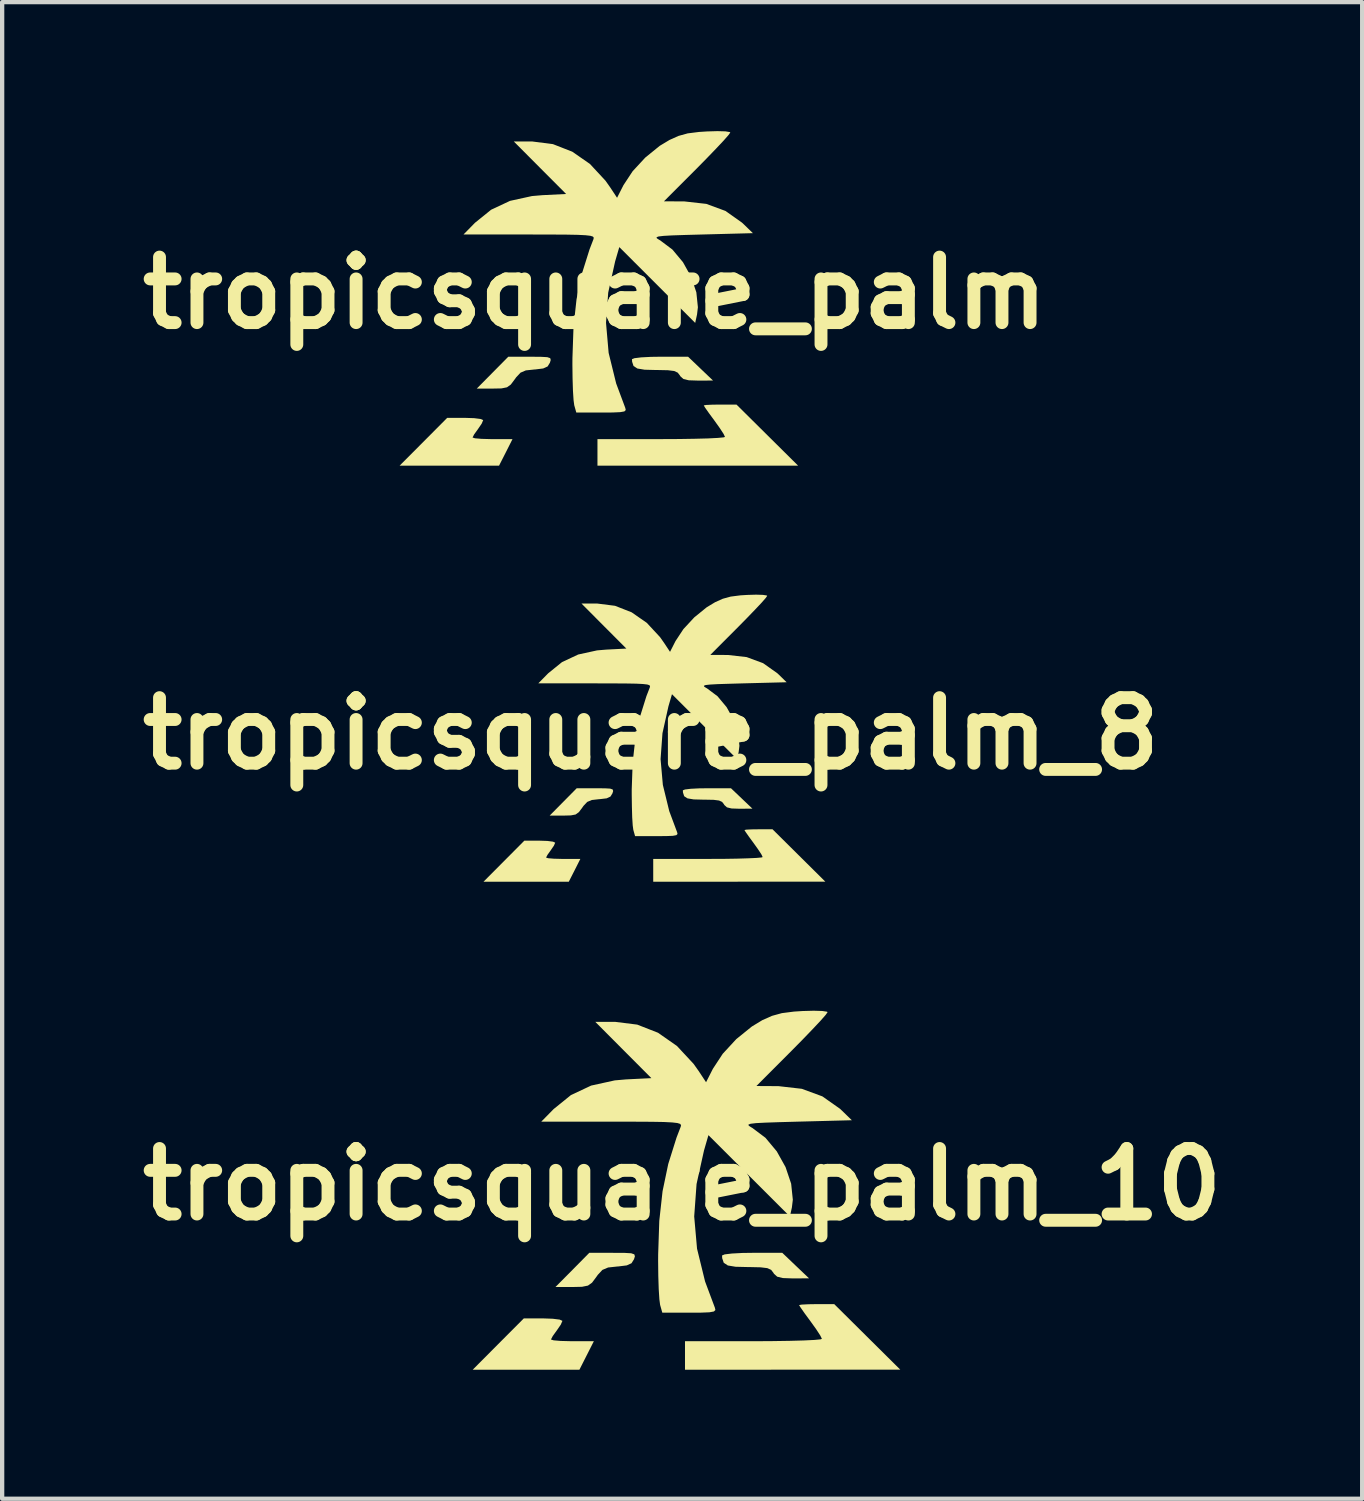
<source format=kicad_pcb>
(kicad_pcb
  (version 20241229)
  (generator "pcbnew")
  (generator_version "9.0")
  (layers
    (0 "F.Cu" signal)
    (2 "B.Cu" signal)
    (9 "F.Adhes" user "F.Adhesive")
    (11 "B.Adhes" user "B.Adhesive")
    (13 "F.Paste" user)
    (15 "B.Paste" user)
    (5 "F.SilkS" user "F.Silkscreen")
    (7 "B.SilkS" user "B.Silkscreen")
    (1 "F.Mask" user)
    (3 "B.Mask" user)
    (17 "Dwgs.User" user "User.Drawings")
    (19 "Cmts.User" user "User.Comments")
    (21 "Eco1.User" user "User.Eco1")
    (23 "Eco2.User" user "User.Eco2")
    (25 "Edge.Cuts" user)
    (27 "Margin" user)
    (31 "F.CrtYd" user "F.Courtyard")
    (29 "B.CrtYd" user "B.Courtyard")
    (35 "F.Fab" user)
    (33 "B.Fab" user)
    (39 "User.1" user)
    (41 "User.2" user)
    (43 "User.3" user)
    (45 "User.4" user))
  (footprint "tropicsquare_palm"
    (layer "F.Cu")
    (at 10.784 3.764)
    (property "Reference" "tropicsquare_palm" (at 0 0 0) (layer "F.SilkS") (effects (font (size 1.524 1.524) (thickness 0.3))))
    (attr board_only exclude_from_pos_files exclude_from_bom)
    (fp_poly (pts (xy -1.253 1.485) (xy -1.106 1.493) (xy -1.037 1.516) (xy -1.025 1.559) (xy -1.044 1.622) (xy -1.097 1.709) (xy -1.2 1.756) (xy -1.386 1.779) (xy -1.407 1.78) (xy -1.604 1.801) (xy -1.728 1.854) (xy -1.829 1.962) (xy -1.864 2.011) (xy -1.953 2.13) (xy -2.042 2.194) (xy -2.171 2.22) (xy -2.377 2.224) (xy -2.746 2.225) (xy -2.012 1.483) (xy -1.503 1.483)) (stroke (width 0) (type solid)) (fill yes) (layer "F.SilkS"))
    (fp_poly (pts (xy -2.805 2.912) (xy -2.655 2.931) (xy -2.596 2.957) (xy -2.596 2.958) (xy -2.631 3.04) (xy -2.715 3.163) (xy -2.719 3.169) (xy -2.805 3.288) (xy -2.843 3.361) (xy -2.843 3.362) (xy -2.786 3.38) (xy -2.636 3.393) (xy -2.422 3.399) (xy -2.378 3.399) (xy -1.914 3.399) (xy -2.07 3.708) (xy -2.227 4.017) (xy -4.54 4.017) (xy -3.986 3.461) (xy -3.433 2.905) (xy -3.014 2.905)) (stroke (width 0) (type solid)) (fill yes) (layer "F.SilkS"))
    (fp_poly (pts (xy 2.46 1.76) (xy 2.75 2.037) (xy 2.397 2.038) (xy 2.184 2.031) (xy 2.061 2.001) (xy 1.991 1.938) (xy 1.978 1.916) (xy 1.928 1.853) (xy 1.846 1.815) (xy 1.7 1.797) (xy 1.464 1.792) (xy 1.426 1.792) (xy 1.158 1.785) (xy 0.99 1.757) (xy 0.901 1.699) (xy 0.868 1.599) (xy 0.865 1.54) (xy 0.923 1.517) (xy 1.078 1.498) (xy 1.307 1.486) (xy 1.518 1.483) (xy 2.17 1.483)) (stroke (width 0) (type solid)) (fill yes) (layer "F.SilkS"))
    (fp_poly (pts (xy 4.012 3.306) (xy 4.728 4.016) (xy 2.395 4.016) (xy 0.062 4.017) (xy 0.062 3.399) (xy 1.545 3.399) (xy 1.958 3.397) (xy 2.327 3.391) (xy 2.635 3.383) (xy 2.865 3.371) (xy 3 3.358) (xy 3.028 3.348) (xy 2.994 3.276) (xy 2.903 3.137) (xy 2.781 2.966) (xy 2.656 2.796) (xy 2.567 2.67) (xy 2.534 2.615) (xy 2.59 2.605) (xy 2.737 2.598) (xy 2.915 2.596) (xy 3.296 2.596)) (stroke (width 0) (type solid)) (fill yes) (layer "F.SilkS"))
    (fp_poly (pts (xy 3.038 -3.759) (xy 3.14 -3.742) (xy 3.152 -3.732) (xy 3.11 -3.673) (xy 2.995 -3.542) (xy 2.819 -3.355) (xy 2.598 -3.126) (xy 2.381 -2.905) (xy 1.609 -2.132) (xy 2.087 -2.129) (xy 2.594 -2.072) (xy 3.039 -1.908) (xy 3.422 -1.637) (xy 3.461 -1.601) (xy 3.677 -1.391) (xy 2.503 -1.36) (xy 2.097 -1.349) (xy 1.8 -1.339) (xy 1.601 -1.328) (xy 1.483 -1.314) (xy 1.436 -1.296) (xy 1.443 -1.272) (xy 1.493 -1.239) (xy 1.52 -1.224) (xy 1.805 -1.01) (xy 2.05 -0.717) (xy 2.241 -0.375) (xy 2.362 -0.015) (xy 2.398 0.332) (xy 2.378 0.501) (xy 2.335 0.696) (xy 1.452 -0.185) (xy 0.57 -1.067) (xy 0.473 -0.734) (xy 0.312 -0.008) (xy 0.261 0.695) (xy 0.322 1.393) (xy 0.497 2.104) (xy 0.709 2.673) (xy 0.72 2.723) (xy 0.688 2.755) (xy 0.592 2.772) (xy 0.411 2.78) (xy 0.162 2.781) (xy -0.43 2.781) (xy -0.478 2.611) (xy -0.494 2.49) (xy -0.508 2.273) (xy -0.517 1.985) (xy -0.521 1.655) (xy -0.52 1.514) (xy -0.495 0.79) (xy -0.425 0.149) (xy -0.302 -0.441) (xy -0.122 -1.014) (xy -0.031 -1.251) (xy -0.024 -1.285) (xy -0.043 -1.311) (xy -0.103 -1.33) (xy -0.217 -1.343) (xy -0.398 -1.352) (xy -0.66 -1.357) (xy -1.017 -1.359) (xy -1.484 -1.36) (xy -1.52 -1.36) (xy -3.054 -1.36) (xy -2.786 -1.633) (xy -2.411 -1.936) (xy -1.972 -2.142) (xy -1.461 -2.254) (xy -1.214 -2.275) (xy -0.667 -2.302) (xy -1.275 -2.912) (xy -1.883 -3.523) (xy -1.451 -3.523) (xy -0.974 -3.462) (xy -0.524 -3.286) (xy -0.113 -3.001) (xy 0.247 -2.613) (xy 0.355 -2.461) (xy 0.518 -2.214) (xy 0.666 -2.506) (xy 0.88 -2.831) (xy 1.174 -3.149) (xy 1.51 -3.422) (xy 1.738 -3.559) (xy 1.948 -3.653) (xy 2.161 -3.712) (xy 2.424 -3.745) (xy 2.611 -3.757) (xy 2.852 -3.764)) (stroke (width 0) (type solid)) (fill yes) (layer "F.SilkS")))
  (footprint "tropicsquare_palm_8"
    (layer "F.Cu")
    (at 12.09 14.011)
    (property "Reference" "tropicsquare_palm_8" (at 0 0 0) (layer "F.SilkS") (effects (font (size 1.524 1.524) (thickness 0.3))))
    (attr board_only exclude_from_pos_files exclude_from_bom)
    (fp_poly (pts (xy -2.407 2.498) (xy -2.278 2.515) (xy -2.227 2.538) (xy -2.227 2.538) (xy -2.257 2.608) (xy -2.33 2.714) (xy -2.333 2.719) (xy -2.406 2.821) (xy -2.439 2.884) (xy -2.439 2.885) (xy -2.391 2.9) (xy -2.262 2.911) (xy -2.079 2.916) (xy -2.041 2.916) (xy -1.642 2.916) (xy -1.776 3.182) (xy -1.911 3.447) (xy -3.895 3.447) (xy -2.945 2.492) (xy -2.586 2.492)) (stroke (width 0) (type solid)) (fill yes) (layer "F.SilkS"))
    (fp_poly (pts (xy -1.075 1.274) (xy -0.949 1.281) (xy -0.89 1.301) (xy -0.879 1.338) (xy -0.896 1.392) (xy -0.942 1.466) (xy -1.029 1.507) (xy -1.189 1.526) (xy -1.207 1.527) (xy -1.376 1.546) (xy -1.483 1.591) (xy -1.569 1.683) (xy -1.599 1.726) (xy -1.676 1.828) (xy -1.752 1.883) (xy -1.863 1.904) (xy -2.04 1.909) (xy -2.356 1.909) (xy -1.727 1.273) (xy -1.289 1.273)) (stroke (width 0) (type solid)) (fill yes) (layer "F.SilkS"))
    (fp_poly (pts (xy 4.057 3.446) (xy 2.055 3.446) (xy 0.053 3.447) (xy 0.053 2.916) (xy 1.326 2.916) (xy 1.68 2.915) (xy 1.997 2.91) (xy 2.261 2.902) (xy 2.458 2.893) (xy 2.574 2.882) (xy 2.598 2.873) (xy 2.569 2.811) (xy 2.491 2.692) (xy 2.386 2.545) (xy 2.279 2.399) (xy 2.203 2.291) (xy 2.174 2.244) (xy 2.222 2.235) (xy 2.348 2.229) (xy 2.501 2.227) (xy 2.828 2.227)) (stroke (width 0) (type solid)) (fill yes) (layer "F.SilkS"))
    (fp_poly (pts (xy 2.111 1.51) (xy 2.36 1.747) (xy 2.057 1.749) (xy 1.874 1.743) (xy 1.768 1.717) (xy 1.708 1.663) (xy 1.697 1.644) (xy 1.655 1.59) (xy 1.584 1.558) (xy 1.459 1.542) (xy 1.256 1.538) (xy 1.223 1.538) (xy 0.993 1.532) (xy 0.85 1.508) (xy 0.773 1.458) (xy 0.745 1.372) (xy 0.742 1.321) (xy 0.792 1.301) (xy 0.925 1.285) (xy 1.121 1.275) (xy 1.302 1.273) (xy 1.862 1.273)) (stroke (width 0) (type solid)) (fill yes) (layer "F.SilkS"))
    (fp_poly (pts (xy 2.606 -3.225) (xy 2.694 -3.211) (xy 2.704 -3.202) (xy 2.669 -3.152) (xy 2.57 -3.039) (xy 2.419 -2.879) (xy 2.229 -2.682) (xy 2.043 -2.493) (xy 1.381 -1.829) (xy 1.791 -1.827) (xy 2.226 -1.778) (xy 2.608 -1.637) (xy 2.936 -1.405) (xy 2.97 -1.374) (xy 3.155 -1.193) (xy 2.148 -1.167) (xy 1.799 -1.157) (xy 1.545 -1.149) (xy 1.373 -1.139) (xy 1.273 -1.128) (xy 1.232 -1.112) (xy 1.238 -1.091) (xy 1.281 -1.063) (xy 1.305 -1.05) (xy 1.549 -0.867) (xy 1.759 -0.615) (xy 1.923 -0.322) (xy 2.027 -0.013) (xy 2.058 0.285) (xy 2.04 0.43) (xy 2.004 0.597) (xy 1.246 -0.159) (xy 0.489 -0.915) (xy 0.406 -0.63) (xy 0.268 -0.007) (xy 0.224 0.596) (xy 0.277 1.195) (xy 0.426 1.805) (xy 0.608 2.293) (xy 0.618 2.336) (xy 0.59 2.364) (xy 0.508 2.379) (xy 0.353 2.385) (xy 0.139 2.386) (xy -0.369 2.386) (xy -0.41 2.24) (xy -0.424 2.137) (xy -0.436 1.95) (xy -0.443 1.703) (xy -0.447 1.42) (xy -0.447 1.299) (xy -0.425 0.678) (xy -0.364 0.128) (xy -0.259 -0.378) (xy -0.105 -0.87) (xy -0.026 -1.074) (xy -0.021 -1.103) (xy -0.037 -1.125) (xy -0.088 -1.141) (xy -0.186 -1.152) (xy -0.341 -1.16) (xy -0.566 -1.164) (xy -0.873 -1.166) (xy -1.273 -1.167) (xy -1.305 -1.167) (xy -2.62 -1.167) (xy -2.39 -1.401) (xy -2.069 -1.661) (xy -1.692 -1.838) (xy -1.253 -1.934) (xy -1.042 -1.952) (xy -0.572 -1.976) (xy -1.094 -2.499) (xy -1.615 -3.023) (xy -1.245 -3.023) (xy -0.835 -2.971) (xy -0.45 -2.82) (xy -0.097 -2.575) (xy 0.212 -2.242) (xy 0.304 -2.111) (xy 0.444 -1.9) (xy 0.571 -2.15) (xy 0.755 -2.429) (xy 1.008 -2.702) (xy 1.296 -2.936) (xy 1.491 -3.054) (xy 1.671 -3.135) (xy 1.854 -3.185) (xy 2.08 -3.214) (xy 2.24 -3.224) (xy 2.447 -3.23)) (stroke (width 0) (type solid)) (fill yes) (layer "F.SilkS")))
  (footprint "tropicsquare_palm_10"
    (layer "F.Cu")
    (at 12.816 24.497)
    (property "Reference" "tropicsquare_palm_10" (at 0 0 0) (layer "F.SilkS") (effects (font (size 1.524 1.524) (thickness 0.3))))
    (attr board_only exclude_from_pos_files exclude_from_bom)
    (fp_poly (pts (xy -3.01 3.125) (xy -2.849 3.145) (xy -2.785 3.174) (xy -2.785 3.174) (xy -2.823 3.262) (xy -2.914 3.395) (xy -2.918 3.4) (xy -3.01 3.528) (xy -3.051 3.606) (xy -3.051 3.608) (xy -2.99 3.627) (xy -2.829 3.641) (xy -2.6 3.647) (xy -2.552 3.648) (xy -2.054 3.648) (xy -2.39 4.311) (xy -4.872 4.311) (xy -4.278 3.714) (xy -3.683 3.117) (xy -3.234 3.117)) (stroke (width 0) (type solid)) (fill yes) (layer "F.SilkS"))
    (fp_poly (pts (xy -1.345 1.593) (xy -1.186 1.602) (xy -1.113 1.627) (xy -1.099 1.673) (xy -1.12 1.741) (xy -1.178 1.834) (xy -1.287 1.884) (xy -1.488 1.909) (xy -1.51 1.91) (xy -1.722 1.933) (xy -1.855 1.989) (xy -1.963 2.105) (xy -2 2.158) (xy -2.096 2.286) (xy -2.191 2.354) (xy -2.33 2.382) (xy -2.551 2.387) (xy -2.947 2.387) (xy -2.553 1.99) (xy -2.16 1.592) (xy -1.612 1.592)) (stroke (width 0) (type solid)) (fill yes) (layer "F.SilkS"))
    (fp_poly (pts (xy 2.64 1.889) (xy 2.951 2.185) (xy 2.572 2.187) (xy 2.344 2.179) (xy 2.211 2.147) (xy 2.136 2.08) (xy 2.122 2.056) (xy 2.069 1.988) (xy 1.981 1.948) (xy 1.825 1.929) (xy 1.571 1.923) (xy 1.53 1.923) (xy 1.242 1.916) (xy 1.062 1.886) (xy 0.967 1.823) (xy 0.931 1.716) (xy 0.928 1.653) (xy 0.99 1.628) (xy 1.157 1.608) (xy 1.402 1.595) (xy 1.629 1.592) (xy 2.329 1.592)) (stroke (width 0) (type solid)) (fill yes) (layer "F.SilkS"))
    (fp_poly (pts (xy 4.305 3.547) (xy 5.073 4.309) (xy 2.57 4.31) (xy 0.066 4.311) (xy 0.066 3.648) (xy 1.658 3.648) (xy 2.102 3.645) (xy 2.498 3.639) (xy 2.828 3.63) (xy 3.074 3.618) (xy 3.219 3.604) (xy 3.25 3.593) (xy 3.213 3.516) (xy 3.116 3.367) (xy 2.984 3.183) (xy 2.85 3.001) (xy 2.755 2.865) (xy 2.719 2.807) (xy 2.779 2.796) (xy 2.937 2.788) (xy 3.128 2.785) (xy 3.537 2.785)) (stroke (width 0) (type solid)) (fill yes) (layer "F.SilkS"))
    (fp_poly (pts (xy 3.26 -4.033) (xy 3.37 -4.016) (xy 3.382 -4.005) (xy 3.338 -3.942) (xy 3.214 -3.801) (xy 3.025 -3.6) (xy 2.788 -3.354) (xy 2.555 -3.118) (xy 1.727 -2.288) (xy 2.24 -2.285) (xy 2.783 -2.223) (xy 3.261 -2.047) (xy 3.673 -1.757) (xy 3.714 -1.718) (xy 3.946 -1.492) (xy 2.686 -1.459) (xy 2.25 -1.447) (xy 1.932 -1.436) (xy 1.718 -1.425) (xy 1.592 -1.41) (xy 1.541 -1.391) (xy 1.549 -1.365) (xy 1.602 -1.33) (xy 1.632 -1.313) (xy 1.937 -1.084) (xy 2.2 -0.769) (xy 2.405 -0.402) (xy 2.535 -0.016) (xy 2.574 0.357) (xy 2.552 0.538) (xy 2.506 0.747) (xy 0.611 -1.145) (xy 0.508 -0.788) (xy 0.335 -0.009) (xy 0.28 0.746) (xy 0.346 1.495) (xy 0.533 2.258) (xy 0.761 2.868) (xy 0.773 2.922) (xy 0.738 2.956) (xy 0.635 2.975) (xy 0.441 2.983) (xy 0.174 2.984) (xy -0.462 2.984) (xy -0.513 2.802) (xy -0.53 2.672) (xy -0.545 2.439) (xy -0.555 2.13) (xy -0.559 1.776) (xy -0.558 1.625) (xy -0.532 0.848) (xy -0.456 0.16) (xy -0.324 -0.473) (xy -0.131 -1.088) (xy -0.033 -1.343) (xy -0.026 -1.379) (xy -0.047 -1.407) (xy -0.111 -1.427) (xy -0.232 -1.441) (xy -0.427 -1.451) (xy -0.708 -1.456) (xy -1.092 -1.458) (xy -1.592 -1.459) (xy -1.632 -1.459) (xy -3.277 -1.459) (xy -2.989 -1.752) (xy -2.587 -2.077) (xy -2.117 -2.298) (xy -1.567 -2.419) (xy -1.303 -2.442) (xy -0.716 -2.471) (xy -1.368 -3.125) (xy -2.02 -3.78) (xy -1.557 -3.78) (xy -1.045 -3.716) (xy -0.562 -3.527) (xy -0.122 -3.22) (xy 0.265 -2.804) (xy 0.381 -2.641) (xy 0.556 -2.376) (xy 0.715 -2.689) (xy 0.944 -3.038) (xy 1.26 -3.38) (xy 1.621 -3.672) (xy 1.865 -3.82) (xy 2.09 -3.92) (xy 2.319 -3.983) (xy 2.601 -4.019) (xy 2.802 -4.032) (xy 3.06 -4.039)) (stroke (width 0) (type solid)) (fill yes) (layer "F.SilkS")))
  (gr_rect
    (start -3 -3)
    (end 28.632 31.808)
    (stroke (width 0.1) (type default))
    (fill no)
    (layer "Edge.Cuts")))
</source>
